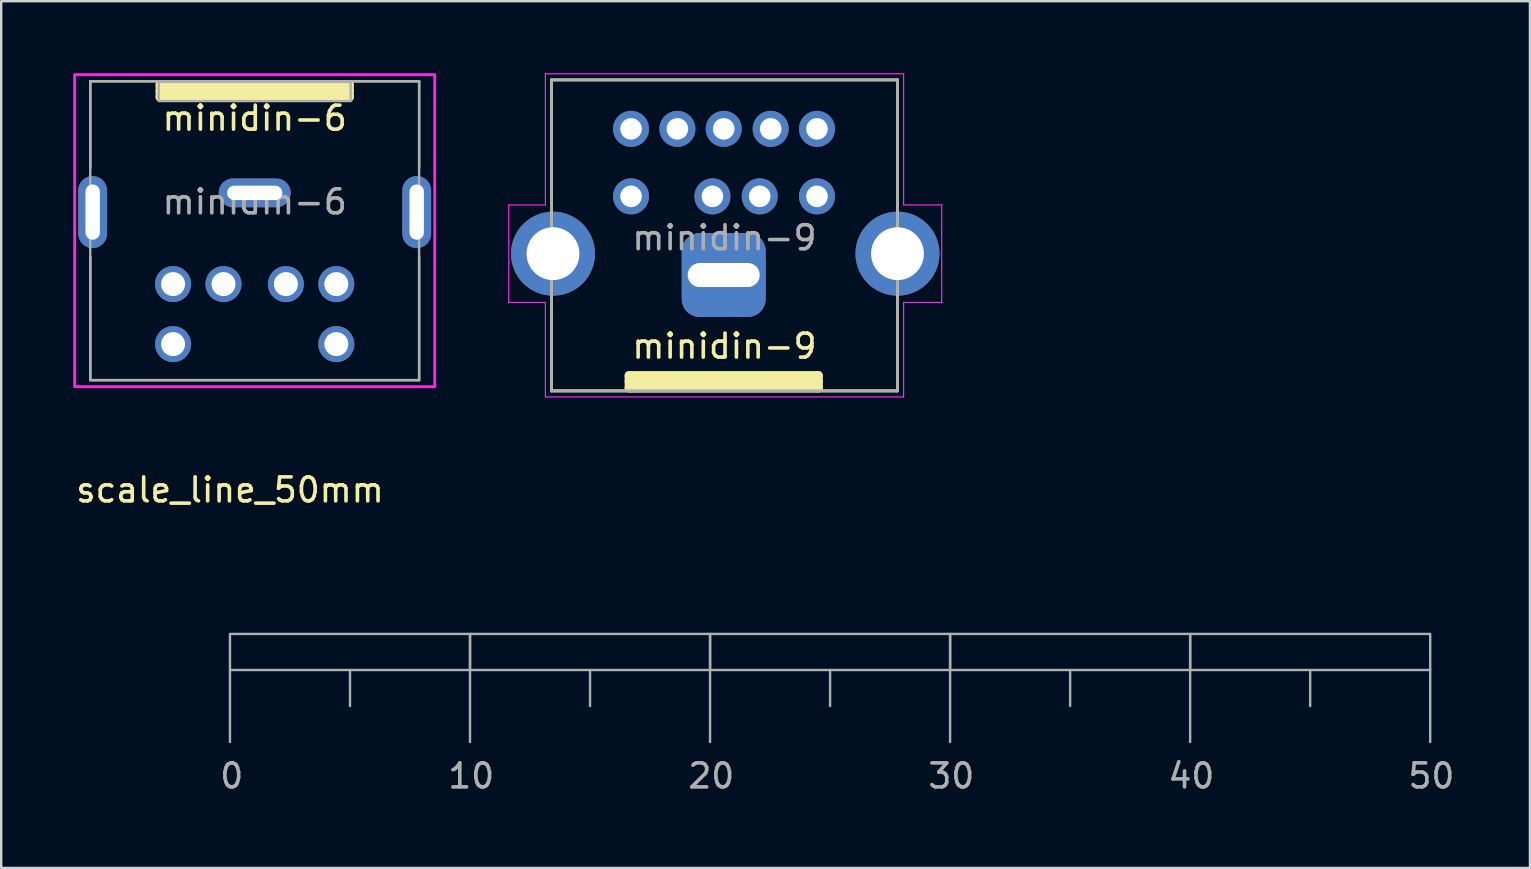
<source format=kicad_pcb>
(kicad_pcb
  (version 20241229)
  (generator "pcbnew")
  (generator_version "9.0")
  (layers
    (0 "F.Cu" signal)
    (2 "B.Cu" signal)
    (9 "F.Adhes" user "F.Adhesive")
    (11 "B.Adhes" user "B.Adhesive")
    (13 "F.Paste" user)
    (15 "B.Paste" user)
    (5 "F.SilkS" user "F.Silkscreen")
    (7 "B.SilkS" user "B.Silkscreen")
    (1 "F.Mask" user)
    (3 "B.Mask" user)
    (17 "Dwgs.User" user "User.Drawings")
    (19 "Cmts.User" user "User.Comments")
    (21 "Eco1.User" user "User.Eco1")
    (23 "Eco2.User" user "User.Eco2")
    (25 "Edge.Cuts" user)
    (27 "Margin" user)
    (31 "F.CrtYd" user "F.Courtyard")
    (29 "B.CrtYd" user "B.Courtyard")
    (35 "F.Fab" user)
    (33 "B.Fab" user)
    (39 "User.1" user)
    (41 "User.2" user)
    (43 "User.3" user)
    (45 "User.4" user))
  (footprint "minidin-6"
    (layer "F.Cu")
    (at 7.56 6.56)
    (property "Reference" "minidin-6" (at 0 -4.1 180) (layer "F.SilkS") (effects (font (size 1 1) (thickness 0.15)) (justify bottom)))
    (attr through_hole)
    (fp_line (start -6.85 -6.225) (end 6.85 -6.225) (stroke (width 0.1) (type solid)) (layer "F.SilkS"))
    (fp_line (start -6.85 -2.6) (end -6.85 -6.225) (stroke (width 0.1) (type solid)) (layer "F.SilkS"))
    (fp_line (start -6.85 6.225) (end -6.85 1.1) (stroke (width 0.1) (type solid)) (layer "F.SilkS"))
    (fp_line (start -3.937 -6.075) (end -3.937 -5.567) (stroke (width 0.381) (type solid)) (layer "F.SilkS"))
    (fp_line (start -3.937 -6.075) (end 3.937 -6.075) (stroke (width 0.381) (type solid)) (layer "F.SilkS"))
    (fp_line (start -3.937 -5.821) (end 3.937 -5.821) (stroke (width 0.381) (type solid)) (layer "F.SilkS"))
    (fp_line (start 3.937 -6.075) (end 3.937 -5.567) (stroke (width 0.381) (type solid)) (layer "F.SilkS"))
    (fp_line (start 3.937 -5.567) (end -3.937 -5.567) (stroke (width 0.381) (type solid)) (layer "F.SilkS"))
    (fp_line (start 6.85 -2.6) (end 6.85 -6.225) (stroke (width 0.1) (type solid)) (layer "F.SilkS"))
    (fp_line (start 6.85 6.225) (end -6.85 6.225) (stroke (width 0.1) (type solid)) (layer "F.SilkS"))
    (fp_line (start 6.85 6.225) (end 6.85 1.1) (stroke (width 0.1) (type solid)) (layer "F.SilkS"))
    (fp_rect (start -7.5 -6.5) (end 7.5 6.5) (stroke (width 0.12) (type solid)) (fill no) (layer "F.CrtYd"))
    (fp_rect (start -4 -6.2) (end 4 -5.4) (stroke (width 0.1) (type solid)) (fill no) (layer "F.Fab"))
    (fp_rect (start 6.85 6.225) (end -6.85 -6.225) (stroke (width 0.1) (type solid)) (fill no) (layer "F.Fab"))
    (fp_text user "${REFERENCE}" (at 0 -1.2 0) (layer "F.Fab") (effects (font (size 1 1) (thickness 0.15))))
    (pad "0" thru_hole oval (at -6.75 -0.775 90) (size 3 1.2) (drill oval 2.3 0.6) (layers "*.Cu" "*.Mask"))
    (pad "0" thru_hole oval (at 0 -1.575) (size 3 1.2) (drill oval 2.3 0.6) (layers "*.Cu" "*.Mask"))
    (pad "0" thru_hole oval (at 6.75 -0.775 90) (size 3 1.2) (drill oval 2.3 0.6) (layers "*.Cu" "*.Mask"))
    (pad "1" thru_hole circle (at -1.3 2.225) (size 1.5 1.5) (drill 1) (layers "*.Cu" "*.Mask"))
    (pad "2" thru_hole circle (at 1.3 2.225) (size 1.5 1.5) (drill 1) (layers "*.Cu" "*.Mask"))
    (pad "3" thru_hole circle (at -3.4 2.225) (size 1.5 1.5) (drill 1) (layers "*.Cu" "*.Mask"))
    (pad "4" thru_hole circle (at 3.4 2.225) (size 1.5 1.5) (drill 1) (layers "*.Cu" "*.Mask"))
    (pad "5" thru_hole circle (at -3.4 4.725) (size 1.5 1.5) (drill 1) (layers "*.Cu" "*.Mask"))
    (pad "6" thru_hole circle (at 3.4 4.725) (size 1.5 1.5) (drill 1) (layers "*.Cu" "*.Mask")))
  (footprint "scale_line_50mm"
    (layer "F.Cu")
    (at 6.53 23.36)
    (property "Reference" "scale_line_50mm" (at 0 -6 0) (unlocked yes) (layer "F.SilkS") (effects (font (size 1 1) (thickness 0.15))))
    (attr board_only exclude_from_pos_files exclude_from_bom allow_missing_courtyard)
    (fp_line (start 0 1.5) (end 0 4.5) (stroke (width 0.1) (type default)) (layer "F.Fab"))
    (fp_line (start 5 1.5) (end 5 3) (stroke (width 0.1) (type default)) (layer "F.Fab"))
    (fp_line (start 10 1.5) (end 10 4.5) (stroke (width 0.1) (type default)) (layer "F.Fab"))
    (fp_line (start 15 1.5) (end 15 3) (stroke (width 0.1) (type default)) (layer "F.Fab"))
    (fp_line (start 20 1.5) (end 20 4.5) (stroke (width 0.1) (type default)) (layer "F.Fab"))
    (fp_line (start 25 1.5) (end 25 3) (stroke (width 0.1) (type default)) (layer "F.Fab"))
    (fp_line (start 30 1.5) (end 30 4.5) (stroke (width 0.1) (type default)) (layer "F.Fab"))
    (fp_line (start 35 1.5) (end 35 3) (stroke (width 0.1) (type default)) (layer "F.Fab"))
    (fp_line (start 40 1.5) (end 40 4.5) (stroke (width 0.1) (type default)) (layer "F.Fab"))
    (fp_line (start 45 1.5) (end 45 3) (stroke (width 0.1) (type default)) (layer "F.Fab"))
    (fp_line (start 50 1.5) (end 50 4.5) (stroke (width 0.1) (type default)) (layer "F.Fab"))
    (fp_rect (start 0 1.5) (end 10 0) (stroke (width 0.1) (type default)) (fill no) (layer "F.Fab"))
    (fp_rect (start 10 0) (end 20 1.5) (stroke (width 0.1) (type solid)) (fill no) (layer "F.Fab"))
    (fp_rect (start 20 1.5) (end 30 0) (stroke (width 0.1) (type default)) (fill no) (layer "F.Fab"))
    (fp_rect (start 30 0) (end 40 1.5) (stroke (width 0.1) (type solid)) (fill no) (layer "F.Fab"))
    (fp_rect (start 40 1.5) (end 50 0) (stroke (width 0.1) (type default)) (fill no) (layer "F.Fab"))
    (fp_text user "10" (at 9 6.5 0) (unlocked yes) (layer "F.Fab") (effects (font (size 1 1) (thickness 0.15)) (justify left bottom)))
    (fp_text user "30" (at 29 6.5 0) (unlocked yes) (layer "F.Fab") (effects (font (size 1 1) (thickness 0.15)) (justify left bottom)))
    (fp_text user "20" (at 19 6.5 0) (unlocked yes) (layer "F.Fab") (effects (font (size 1 1) (thickness 0.15)) (justify left bottom)))
    (fp_text user "40" (at 39 6.5 0) (unlocked yes) (layer "F.Fab") (effects (font (size 1 1) (thickness 0.15)) (justify left bottom)))
    (fp_text user "0" (at -0.5 6.5 0) (unlocked yes) (layer "F.Fab") (effects (font (size 1 1) (thickness 0.15)) (justify left bottom)))
    (fp_text user "50" (at 49 6.5 0) (unlocked yes) (layer "F.Fab") (effects (font (size 1 1) (thickness 0.15)) (justify left bottom))))
  (footprint "minidin-9"
    (layer "F.Cu")
    (at 27.099 6.756)
    (property "Reference" "minidin-9" (at 0.03 4.615 0) (layer "F.SilkS") (effects (font (size 1 1) (thickness 0.15))))
    (attr through_hole)
    (fp_line (start -7.176 -6.477) (end -7.176 6.477) (stroke (width 0.12) (type solid)) (layer "F.SilkS"))
    (fp_line (start -7.176 6.477) (end 7.239 6.477) (stroke (width 0.12) (type solid)) (layer "F.SilkS"))
    (fp_line (start -3.937 5.842) (end -3.937 6.35) (stroke (width 0.381) (type solid)) (layer "F.SilkS"))
    (fp_line (start -3.937 5.842) (end 3.937 5.842) (stroke (width 0.381) (type solid)) (layer "F.SilkS"))
    (fp_line (start -3.937 6.096) (end 3.937 6.096) (stroke (width 0.381) (type solid)) (layer "F.SilkS"))
    (fp_line (start 3.937 5.842) (end 3.937 6.35) (stroke (width 0.381) (type solid)) (layer "F.SilkS"))
    (fp_line (start 3.937 6.35) (end -3.937 6.35) (stroke (width 0.381) (type solid)) (layer "F.SilkS"))
    (fp_line (start 7.239 -6.477) (end -7.176 -6.477) (stroke (width 0.12) (type solid)) (layer "F.SilkS"))
    (fp_line (start 7.239 6.477) (end 7.239 -6.477) (stroke (width 0.12) (type solid)) (layer "F.SilkS"))
    (fp_line (start -8.954 -1.27) (end -8.954 2.794) (stroke (width 0.05) (type solid)) (layer "F.CrtYd"))
    (fp_line (start -8.954 2.794) (end -7.429 2.794) (stroke (width 0.05) (type solid)) (layer "F.CrtYd"))
    (fp_line (start -7.429 -6.731) (end 7.493 -6.731) (stroke (width 0.05) (type solid)) (layer "F.CrtYd"))
    (fp_line (start -7.429 -1.27) (end -8.954 -1.27) (stroke (width 0.05) (type solid)) (layer "F.CrtYd"))
    (fp_line (start -7.429 -1.27) (end -7.429 -6.731) (stroke (width 0.05) (type solid)) (layer "F.CrtYd"))
    (fp_line (start -7.429 2.794) (end -7.429 6.731) (stroke (width 0.05) (type solid)) (layer "F.CrtYd"))
    (fp_line (start 7.493 -1.27) (end 7.493 -6.731) (stroke (width 0.05) (type solid)) (layer "F.CrtYd"))
    (fp_line (start 7.493 -1.27) (end 9.081 -1.27) (stroke (width 0.05) (type solid)) (layer "F.CrtYd"))
    (fp_line (start 7.493 2.794) (end 7.493 6.731) (stroke (width 0.05) (type solid)) (layer "F.CrtYd"))
    (fp_line (start 7.493 6.731) (end -7.429 6.731) (stroke (width 0.05) (type solid)) (layer "F.CrtYd"))
    (fp_line (start 9.081 -1.27) (end 9.081 2.794) (stroke (width 0.05) (type solid)) (layer "F.CrtYd"))
    (fp_line (start 9.081 2.794) (end 7.493 2.794) (stroke (width 0.05) (type solid)) (layer "F.CrtYd"))
    (fp_line (start -7.176 6.477) (end -7.176 -6.477) (stroke (width 0.12) (type solid)) (layer "F.Fab"))
    (fp_line (start -7.048 -6.477) (end 7.239 -6.477) (stroke (width 0.12) (type solid)) (layer "F.Fab"))
    (fp_line (start 7.239 -6.477) (end 7.239 6.477) (stroke (width 0.12) (type solid)) (layer "F.Fab"))
    (fp_line (start 7.239 6.477) (end -7.176 6.477) (stroke (width 0.12) (type solid)) (layer "F.Fab"))
    (fp_text user "${REFERENCE}" (at 0.03 0.1 0) (layer "F.Fab") (effects (font (size 1 1) (thickness 0.15))))
    (pad "0" thru_hole circle (at -7.112 0.762) (size 3.5 3.5) (drill 2.2) (layers "*.Cu" "*.Mask"))
    (pad "0" thru_hole roundrect (at 0 1.651) (size 3.5 3.5) (drill oval 3 1) (layers "*.Cu" "*.Mask") (roundrect_rratio 0.214))
    (pad "0" thru_hole circle (at 7.239 0.762) (size 3.5 3.5) (drill 2.2) (layers "*.Cu" "*.Mask"))
    (pad "1" thru_hole circle (at 1.499 -1.626) (size 1.501 1.501) (drill 0.899) (layers "*.Cu" "*.Mask"))
    (pad "2" thru_hole circle (at -0.47 -1.626) (size 1.501 1.501) (drill 0.899) (layers "*.Cu" "*.Mask"))
    (pad "3" thru_hole circle (at 3.886 -1.626) (size 1.501 1.501) (drill 0.899) (layers "*.Cu" "*.Mask"))
    (pad "4" thru_hole circle (at 1.956 -4.437) (size 1.501 1.501) (drill 0.899) (layers "*.Cu" "*.Mask"))
    (pad "5" thru_hole circle (at 0 -4.437) (size 1.501 1.501) (drill 0.899) (layers "*.Cu" "*.Mask"))
    (pad "6" thru_hole circle (at -3.861 -1.626) (size 1.501 1.501) (drill 0.899) (layers "*.Cu" "*.Mask"))
    (pad "7" thru_hole circle (at 3.886 -4.437) (size 1.501 1.501) (drill 0.899) (layers "*.Cu" "*.Mask"))
    (pad "8" thru_hole circle (at -1.93 -4.437) (size 1.501 1.501) (drill 0.899) (layers "*.Cu" "*.Mask"))
    (pad "9" thru_hole circle (at -3.861 -4.437) (size 1.501 1.501) (drill 0.899) (layers "*.Cu" "*.Mask")))
  (gr_rect
    (start -3 -3)
    (end 60.685 33.107)
    (stroke (width 0.1) (type default))
    (fill no)
    (layer "Edge.Cuts")))
</source>
